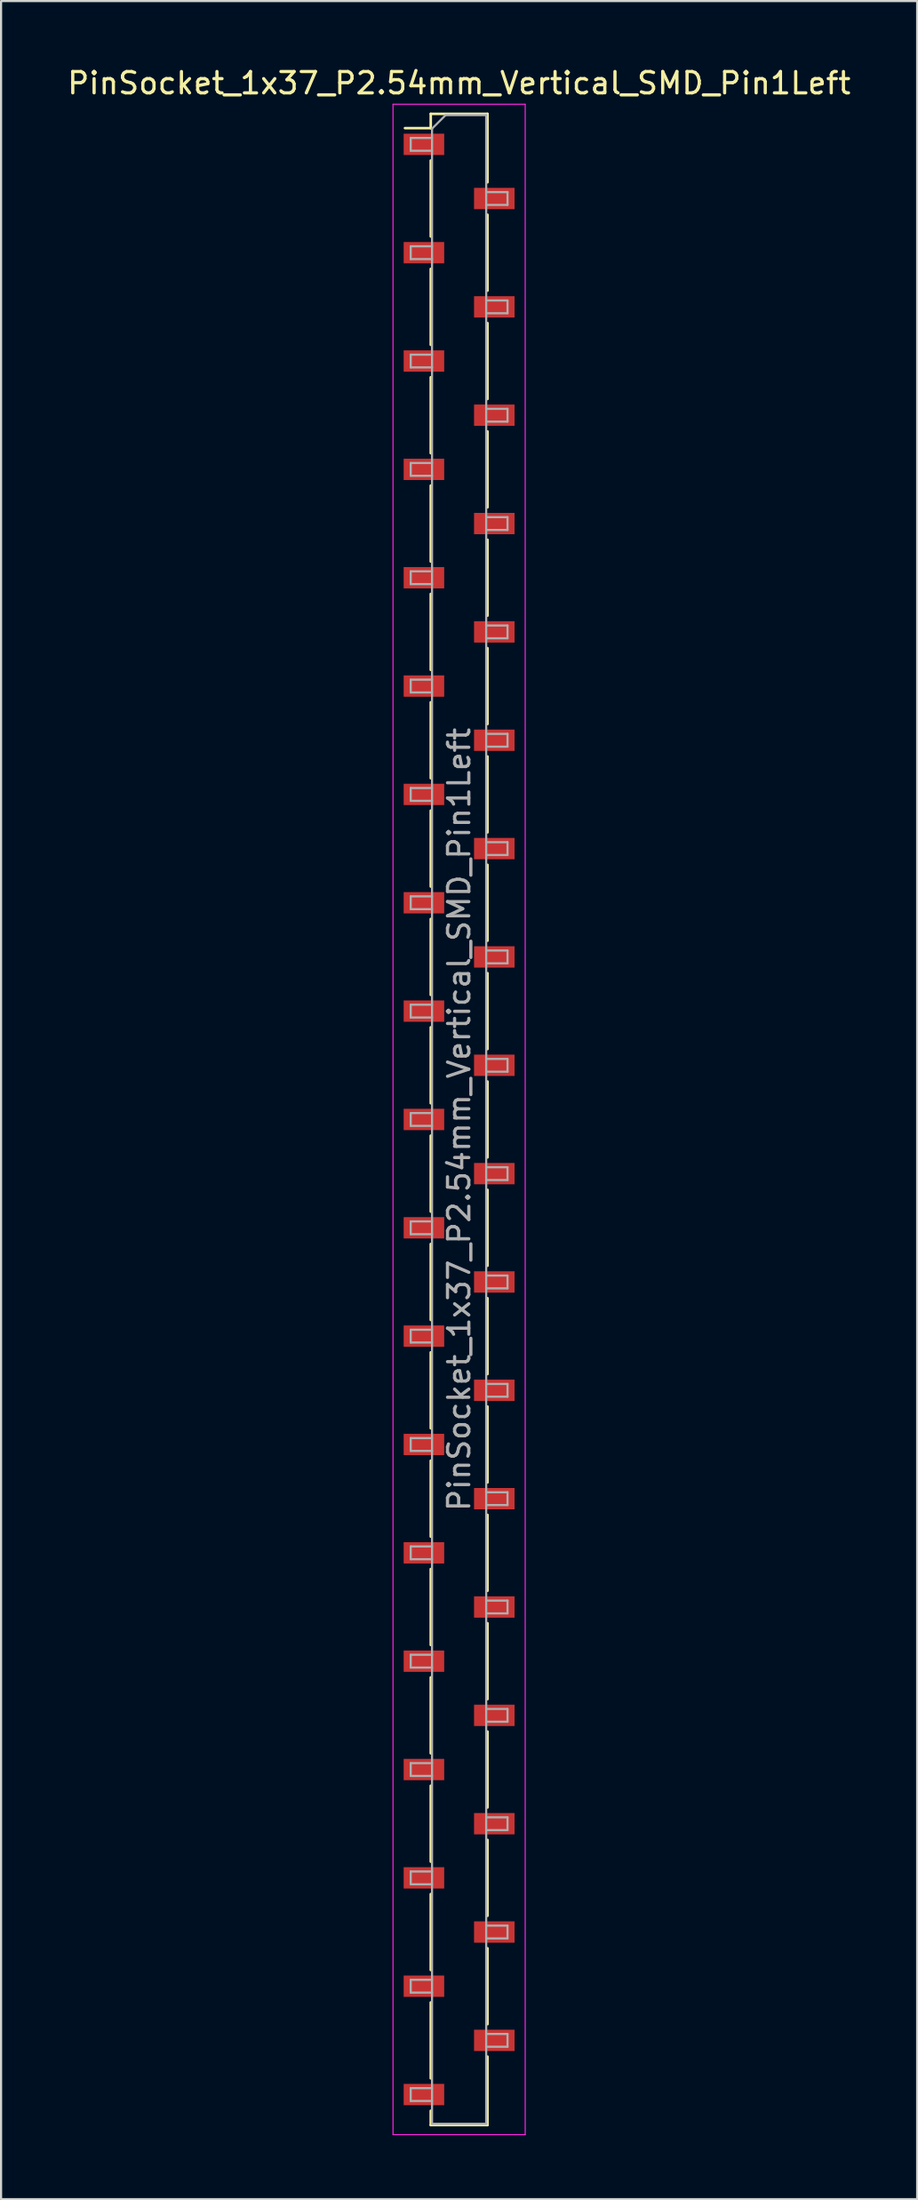
<source format=kicad_pcb>
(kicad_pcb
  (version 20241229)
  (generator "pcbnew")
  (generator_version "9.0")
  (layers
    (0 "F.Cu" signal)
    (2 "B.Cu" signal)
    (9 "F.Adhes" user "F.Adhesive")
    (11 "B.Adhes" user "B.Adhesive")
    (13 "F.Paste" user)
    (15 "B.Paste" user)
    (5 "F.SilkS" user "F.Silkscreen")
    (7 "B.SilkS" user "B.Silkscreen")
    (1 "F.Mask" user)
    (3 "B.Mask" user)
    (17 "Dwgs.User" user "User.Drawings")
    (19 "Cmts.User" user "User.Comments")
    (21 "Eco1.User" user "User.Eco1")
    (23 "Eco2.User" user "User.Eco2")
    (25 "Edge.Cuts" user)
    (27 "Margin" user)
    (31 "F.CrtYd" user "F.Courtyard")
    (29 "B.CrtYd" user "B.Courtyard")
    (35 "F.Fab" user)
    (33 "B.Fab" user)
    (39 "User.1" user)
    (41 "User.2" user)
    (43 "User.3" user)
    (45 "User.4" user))
  (footprint "PinSocket_1x37_P2.54mm_Vertical_SMD_Pin1Left"
    (layer "F.Cu")
    (at 18.482 49.438)
    (property "Reference" "PinSocket_1x37_P2.54mm_Vertical_SMD_Pin1Left" (at 0 -48.59 0) (layer "F.SilkS") (effects (font (size 1 1) (thickness 0.15))))
    (attr smd)
    (fp_line (start -2.54 -46.48) (end -1.33 -46.48) (stroke (width 0.12) (type solid)) (layer "F.SilkS"))
    (fp_line (start -1.33 -47.15) (end -1.33 -46.48) (stroke (width 0.12) (type solid)) (layer "F.SilkS"))
    (fp_line (start -1.33 -47.15) (end 1.33 -47.15) (stroke (width 0.12) (type solid)) (layer "F.SilkS"))
    (fp_line (start -1.33 -44.96) (end -1.33 -41.4) (stroke (width 0.12) (type solid)) (layer "F.SilkS"))
    (fp_line (start -1.33 -39.88) (end -1.33 -36.32) (stroke (width 0.12) (type solid)) (layer "F.SilkS"))
    (fp_line (start -1.33 -34.8) (end -1.33 -31.24) (stroke (width 0.12) (type solid)) (layer "F.SilkS"))
    (fp_line (start -1.33 -29.72) (end -1.33 -26.16) (stroke (width 0.12) (type solid)) (layer "F.SilkS"))
    (fp_line (start -1.33 -24.64) (end -1.33 -21.08) (stroke (width 0.12) (type solid)) (layer "F.SilkS"))
    (fp_line (start -1.33 -19.56) (end -1.33 -16) (stroke (width 0.12) (type solid)) (layer "F.SilkS"))
    (fp_line (start -1.33 -14.48) (end -1.33 -10.92) (stroke (width 0.12) (type solid)) (layer "F.SilkS"))
    (fp_line (start -1.33 -9.4) (end -1.33 -5.84) (stroke (width 0.12) (type solid)) (layer "F.SilkS"))
    (fp_line (start -1.33 -4.32) (end -1.33 -0.76) (stroke (width 0.12) (type solid)) (layer "F.SilkS"))
    (fp_line (start -1.33 0.76) (end -1.33 4.32) (stroke (width 0.12) (type solid)) (layer "F.SilkS"))
    (fp_line (start -1.33 5.84) (end -1.33 9.4) (stroke (width 0.12) (type solid)) (layer "F.SilkS"))
    (fp_line (start -1.33 10.92) (end -1.33 14.48) (stroke (width 0.12) (type solid)) (layer "F.SilkS"))
    (fp_line (start -1.33 16) (end -1.33 19.56) (stroke (width 0.12) (type solid)) (layer "F.SilkS"))
    (fp_line (start -1.33 21.08) (end -1.33 24.64) (stroke (width 0.12) (type solid)) (layer "F.SilkS"))
    (fp_line (start -1.33 26.16) (end -1.33 29.72) (stroke (width 0.12) (type solid)) (layer "F.SilkS"))
    (fp_line (start -1.33 31.24) (end -1.33 34.8) (stroke (width 0.12) (type solid)) (layer "F.SilkS"))
    (fp_line (start -1.33 36.32) (end -1.33 39.88) (stroke (width 0.12) (type solid)) (layer "F.SilkS"))
    (fp_line (start -1.33 41.4) (end -1.33 44.96) (stroke (width 0.12) (type solid)) (layer "F.SilkS"))
    (fp_line (start -1.33 46.48) (end -1.33 47.15) (stroke (width 0.12) (type solid)) (layer "F.SilkS"))
    (fp_line (start -1.33 47.15) (end 1.33 47.15) (stroke (width 0.12) (type solid)) (layer "F.SilkS"))
    (fp_line (start 1.33 -47.15) (end 1.33 -43.94) (stroke (width 0.12) (type solid)) (layer "F.SilkS"))
    (fp_line (start 1.33 -42.42) (end 1.33 -38.86) (stroke (width 0.12) (type solid)) (layer "F.SilkS"))
    (fp_line (start 1.33 -37.34) (end 1.33 -33.78) (stroke (width 0.12) (type solid)) (layer "F.SilkS"))
    (fp_line (start 1.33 -32.26) (end 1.33 -28.7) (stroke (width 0.12) (type solid)) (layer "F.SilkS"))
    (fp_line (start 1.33 -27.18) (end 1.33 -23.62) (stroke (width 0.12) (type solid)) (layer "F.SilkS"))
    (fp_line (start 1.33 -22.1) (end 1.33 -18.54) (stroke (width 0.12) (type solid)) (layer "F.SilkS"))
    (fp_line (start 1.33 -17.02) (end 1.33 -13.46) (stroke (width 0.12) (type solid)) (layer "F.SilkS"))
    (fp_line (start 1.33 -11.94) (end 1.33 -8.38) (stroke (width 0.12) (type solid)) (layer "F.SilkS"))
    (fp_line (start 1.33 -6.86) (end 1.33 -3.3) (stroke (width 0.12) (type solid)) (layer "F.SilkS"))
    (fp_line (start 1.33 -1.78) (end 1.33 1.78) (stroke (width 0.12) (type solid)) (layer "F.SilkS"))
    (fp_line (start 1.33 3.3) (end 1.33 6.86) (stroke (width 0.12) (type solid)) (layer "F.SilkS"))
    (fp_line (start 1.33 8.38) (end 1.33 11.94) (stroke (width 0.12) (type solid)) (layer "F.SilkS"))
    (fp_line (start 1.33 13.46) (end 1.33 17.02) (stroke (width 0.12) (type solid)) (layer "F.SilkS"))
    (fp_line (start 1.33 18.54) (end 1.33 22.1) (stroke (width 0.12) (type solid)) (layer "F.SilkS"))
    (fp_line (start 1.33 23.62) (end 1.33 27.18) (stroke (width 0.12) (type solid)) (layer "F.SilkS"))
    (fp_line (start 1.33 28.7) (end 1.33 32.26) (stroke (width 0.12) (type solid)) (layer "F.SilkS"))
    (fp_line (start 1.33 33.78) (end 1.33 37.34) (stroke (width 0.12) (type solid)) (layer "F.SilkS"))
    (fp_line (start 1.33 38.86) (end 1.33 42.42) (stroke (width 0.12) (type solid)) (layer "F.SilkS"))
    (fp_line (start 1.33 43.94) (end 1.33 47.15) (stroke (width 0.12) (type solid)) (layer "F.SilkS"))
    (fp_line (start -3.1 -47.6) (end 3.1 -47.6) (stroke (width 0.05) (type solid)) (layer "F.CrtYd"))
    (fp_line (start -3.1 47.6) (end -3.1 -47.6) (stroke (width 0.05) (type solid)) (layer "F.CrtYd"))
    (fp_line (start 3.1 -47.6) (end 3.1 47.6) (stroke (width 0.05) (type solid)) (layer "F.CrtYd"))
    (fp_line (start 3.1 47.6) (end -3.1 47.6) (stroke (width 0.05) (type solid)) (layer "F.CrtYd"))
    (fp_line (start -2.27 -46.02) (end -1.27 -46.02) (stroke (width 0.1) (type solid)) (layer "F.Fab"))
    (fp_line (start -2.27 -45.42) (end -2.27 -46.02) (stroke (width 0.1) (type solid)) (layer "F.Fab"))
    (fp_line (start -2.27 -40.94) (end -1.27 -40.94) (stroke (width 0.1) (type solid)) (layer "F.Fab"))
    (fp_line (start -2.27 -40.34) (end -2.27 -40.94) (stroke (width 0.1) (type solid)) (layer "F.Fab"))
    (fp_line (start -2.27 -35.86) (end -1.27 -35.86) (stroke (width 0.1) (type solid)) (layer "F.Fab"))
    (fp_line (start -2.27 -35.26) (end -2.27 -35.86) (stroke (width 0.1) (type solid)) (layer "F.Fab"))
    (fp_line (start -2.27 -30.78) (end -1.27 -30.78) (stroke (width 0.1) (type solid)) (layer "F.Fab"))
    (fp_line (start -2.27 -30.18) (end -2.27 -30.78) (stroke (width 0.1) (type solid)) (layer "F.Fab"))
    (fp_line (start -2.27 -25.7) (end -1.27 -25.7) (stroke (width 0.1) (type solid)) (layer "F.Fab"))
    (fp_line (start -2.27 -25.1) (end -2.27 -25.7) (stroke (width 0.1) (type solid)) (layer "F.Fab"))
    (fp_line (start -2.27 -20.62) (end -1.27 -20.62) (stroke (width 0.1) (type solid)) (layer "F.Fab"))
    (fp_line (start -2.27 -20.02) (end -2.27 -20.62) (stroke (width 0.1) (type solid)) (layer "F.Fab"))
    (fp_line (start -2.27 -15.54) (end -1.27 -15.54) (stroke (width 0.1) (type solid)) (layer "F.Fab"))
    (fp_line (start -2.27 -14.94) (end -2.27 -15.54) (stroke (width 0.1) (type solid)) (layer "F.Fab"))
    (fp_line (start -2.27 -10.46) (end -1.27 -10.46) (stroke (width 0.1) (type solid)) (layer "F.Fab"))
    (fp_line (start -2.27 -9.86) (end -2.27 -10.46) (stroke (width 0.1) (type solid)) (layer "F.Fab"))
    (fp_line (start -2.27 -5.38) (end -1.27 -5.38) (stroke (width 0.1) (type solid)) (layer "F.Fab"))
    (fp_line (start -2.27 -4.78) (end -2.27 -5.38) (stroke (width 0.1) (type solid)) (layer "F.Fab"))
    (fp_line (start -2.27 -0.3) (end -1.27 -0.3) (stroke (width 0.1) (type solid)) (layer "F.Fab"))
    (fp_line (start -2.27 0.3) (end -2.27 -0.3) (stroke (width 0.1) (type solid)) (layer "F.Fab"))
    (fp_line (start -2.27 4.78) (end -1.27 4.78) (stroke (width 0.1) (type solid)) (layer "F.Fab"))
    (fp_line (start -2.27 5.38) (end -2.27 4.78) (stroke (width 0.1) (type solid)) (layer "F.Fab"))
    (fp_line (start -2.27 9.86) (end -1.27 9.86) (stroke (width 0.1) (type solid)) (layer "F.Fab"))
    (fp_line (start -2.27 10.46) (end -2.27 9.86) (stroke (width 0.1) (type solid)) (layer "F.Fab"))
    (fp_line (start -2.27 14.94) (end -1.27 14.94) (stroke (width 0.1) (type solid)) (layer "F.Fab"))
    (fp_line (start -2.27 15.54) (end -2.27 14.94) (stroke (width 0.1) (type solid)) (layer "F.Fab"))
    (fp_line (start -2.27 20.02) (end -1.27 20.02) (stroke (width 0.1) (type solid)) (layer "F.Fab"))
    (fp_line (start -2.27 20.62) (end -2.27 20.02) (stroke (width 0.1) (type solid)) (layer "F.Fab"))
    (fp_line (start -2.27 25.1) (end -1.27 25.1) (stroke (width 0.1) (type solid)) (layer "F.Fab"))
    (fp_line (start -2.27 25.7) (end -2.27 25.1) (stroke (width 0.1) (type solid)) (layer "F.Fab"))
    (fp_line (start -2.27 30.18) (end -1.27 30.18) (stroke (width 0.1) (type solid)) (layer "F.Fab"))
    (fp_line (start -2.27 30.78) (end -2.27 30.18) (stroke (width 0.1) (type solid)) (layer "F.Fab"))
    (fp_line (start -2.27 35.26) (end -1.27 35.26) (stroke (width 0.1) (type solid)) (layer "F.Fab"))
    (fp_line (start -2.27 35.86) (end -2.27 35.26) (stroke (width 0.1) (type solid)) (layer "F.Fab"))
    (fp_line (start -2.27 40.34) (end -1.27 40.34) (stroke (width 0.1) (type solid)) (layer "F.Fab"))
    (fp_line (start -2.27 40.94) (end -2.27 40.34) (stroke (width 0.1) (type solid)) (layer "F.Fab"))
    (fp_line (start -2.27 45.42) (end -1.27 45.42) (stroke (width 0.1) (type solid)) (layer "F.Fab"))
    (fp_line (start -2.27 46.02) (end -2.27 45.42) (stroke (width 0.1) (type solid)) (layer "F.Fab"))
    (fp_line (start -1.27 -46.455) (end -0.635 -47.09) (stroke (width 0.1) (type solid)) (layer "F.Fab"))
    (fp_line (start -1.27 -45.42) (end -2.27 -45.42) (stroke (width 0.1) (type solid)) (layer "F.Fab"))
    (fp_line (start -1.27 -40.34) (end -2.27 -40.34) (stroke (width 0.1) (type solid)) (layer "F.Fab"))
    (fp_line (start -1.27 -35.26) (end -2.27 -35.26) (stroke (width 0.1) (type solid)) (layer "F.Fab"))
    (fp_line (start -1.27 -30.18) (end -2.27 -30.18) (stroke (width 0.1) (type solid)) (layer "F.Fab"))
    (fp_line (start -1.27 -25.1) (end -2.27 -25.1) (stroke (width 0.1) (type solid)) (layer "F.Fab"))
    (fp_line (start -1.27 -20.02) (end -2.27 -20.02) (stroke (width 0.1) (type solid)) (layer "F.Fab"))
    (fp_line (start -1.27 -14.94) (end -2.27 -14.94) (stroke (width 0.1) (type solid)) (layer "F.Fab"))
    (fp_line (start -1.27 -9.86) (end -2.27 -9.86) (stroke (width 0.1) (type solid)) (layer "F.Fab"))
    (fp_line (start -1.27 -4.78) (end -2.27 -4.78) (stroke (width 0.1) (type solid)) (layer "F.Fab"))
    (fp_line (start -1.27 0.3) (end -2.27 0.3) (stroke (width 0.1) (type solid)) (layer "F.Fab"))
    (fp_line (start -1.27 5.38) (end -2.27 5.38) (stroke (width 0.1) (type solid)) (layer "F.Fab"))
    (fp_line (start -1.27 10.46) (end -2.27 10.46) (stroke (width 0.1) (type solid)) (layer "F.Fab"))
    (fp_line (start -1.27 15.54) (end -2.27 15.54) (stroke (width 0.1) (type solid)) (layer "F.Fab"))
    (fp_line (start -1.27 20.62) (end -2.27 20.62) (stroke (width 0.1) (type solid)) (layer "F.Fab"))
    (fp_line (start -1.27 25.7) (end -2.27 25.7) (stroke (width 0.1) (type solid)) (layer "F.Fab"))
    (fp_line (start -1.27 30.78) (end -2.27 30.78) (stroke (width 0.1) (type solid)) (layer "F.Fab"))
    (fp_line (start -1.27 35.86) (end -2.27 35.86) (stroke (width 0.1) (type solid)) (layer "F.Fab"))
    (fp_line (start -1.27 40.94) (end -2.27 40.94) (stroke (width 0.1) (type solid)) (layer "F.Fab"))
    (fp_line (start -1.27 46.02) (end -2.27 46.02) (stroke (width 0.1) (type solid)) (layer "F.Fab"))
    (fp_line (start -1.27 47.09) (end -1.27 -46.455) (stroke (width 0.1) (type solid)) (layer "F.Fab"))
    (fp_line (start -0.635 -47.09) (end 1.27 -47.09) (stroke (width 0.1) (type solid)) (layer "F.Fab"))
    (fp_line (start 1.27 -47.09) (end 1.27 47.09) (stroke (width 0.1) (type solid)) (layer "F.Fab"))
    (fp_line (start 1.27 -43.48) (end 2.27 -43.48) (stroke (width 0.1) (type solid)) (layer "F.Fab"))
    (fp_line (start 1.27 -38.4) (end 2.27 -38.4) (stroke (width 0.1) (type solid)) (layer "F.Fab"))
    (fp_line (start 1.27 -33.32) (end 2.27 -33.32) (stroke (width 0.1) (type solid)) (layer "F.Fab"))
    (fp_line (start 1.27 -28.24) (end 2.27 -28.24) (stroke (width 0.1) (type solid)) (layer "F.Fab"))
    (fp_line (start 1.27 -23.16) (end 2.27 -23.16) (stroke (width 0.1) (type solid)) (layer "F.Fab"))
    (fp_line (start 1.27 -18.08) (end 2.27 -18.08) (stroke (width 0.1) (type solid)) (layer "F.Fab"))
    (fp_line (start 1.27 -13) (end 2.27 -13) (stroke (width 0.1) (type solid)) (layer "F.Fab"))
    (fp_line (start 1.27 -7.92) (end 2.27 -7.92) (stroke (width 0.1) (type solid)) (layer "F.Fab"))
    (fp_line (start 1.27 -2.84) (end 2.27 -2.84) (stroke (width 0.1) (type solid)) (layer "F.Fab"))
    (fp_line (start 1.27 2.24) (end 2.27 2.24) (stroke (width 0.1) (type solid)) (layer "F.Fab"))
    (fp_line (start 1.27 7.32) (end 2.27 7.32) (stroke (width 0.1) (type solid)) (layer "F.Fab"))
    (fp_line (start 1.27 12.4) (end 2.27 12.4) (stroke (width 0.1) (type solid)) (layer "F.Fab"))
    (fp_line (start 1.27 17.48) (end 2.27 17.48) (stroke (width 0.1) (type solid)) (layer "F.Fab"))
    (fp_line (start 1.27 22.56) (end 2.27 22.56) (stroke (width 0.1) (type solid)) (layer "F.Fab"))
    (fp_line (start 1.27 27.64) (end 2.27 27.64) (stroke (width 0.1) (type solid)) (layer "F.Fab"))
    (fp_line (start 1.27 32.72) (end 2.27 32.72) (stroke (width 0.1) (type solid)) (layer "F.Fab"))
    (fp_line (start 1.27 37.8) (end 2.27 37.8) (stroke (width 0.1) (type solid)) (layer "F.Fab"))
    (fp_line (start 1.27 42.88) (end 2.27 42.88) (stroke (width 0.1) (type solid)) (layer "F.Fab"))
    (fp_line (start 1.27 47.09) (end -1.27 47.09) (stroke (width 0.1) (type solid)) (layer "F.Fab"))
    (fp_line (start 2.27 -43.48) (end 2.27 -42.88) (stroke (width 0.1) (type solid)) (layer "F.Fab"))
    (fp_line (start 2.27 -42.88) (end 1.27 -42.88) (stroke (width 0.1) (type solid)) (layer "F.Fab"))
    (fp_line (start 2.27 -38.4) (end 2.27 -37.8) (stroke (width 0.1) (type solid)) (layer "F.Fab"))
    (fp_line (start 2.27 -37.8) (end 1.27 -37.8) (stroke (width 0.1) (type solid)) (layer "F.Fab"))
    (fp_line (start 2.27 -33.32) (end 2.27 -32.72) (stroke (width 0.1) (type solid)) (layer "F.Fab"))
    (fp_line (start 2.27 -32.72) (end 1.27 -32.72) (stroke (width 0.1) (type solid)) (layer "F.Fab"))
    (fp_line (start 2.27 -28.24) (end 2.27 -27.64) (stroke (width 0.1) (type solid)) (layer "F.Fab"))
    (fp_line (start 2.27 -27.64) (end 1.27 -27.64) (stroke (width 0.1) (type solid)) (layer "F.Fab"))
    (fp_line (start 2.27 -23.16) (end 2.27 -22.56) (stroke (width 0.1) (type solid)) (layer "F.Fab"))
    (fp_line (start 2.27 -22.56) (end 1.27 -22.56) (stroke (width 0.1) (type solid)) (layer "F.Fab"))
    (fp_line (start 2.27 -18.08) (end 2.27 -17.48) (stroke (width 0.1) (type solid)) (layer "F.Fab"))
    (fp_line (start 2.27 -17.48) (end 1.27 -17.48) (stroke (width 0.1) (type solid)) (layer "F.Fab"))
    (fp_line (start 2.27 -13) (end 2.27 -12.4) (stroke (width 0.1) (type solid)) (layer "F.Fab"))
    (fp_line (start 2.27 -12.4) (end 1.27 -12.4) (stroke (width 0.1) (type solid)) (layer "F.Fab"))
    (fp_line (start 2.27 -7.92) (end 2.27 -7.32) (stroke (width 0.1) (type solid)) (layer "F.Fab"))
    (fp_line (start 2.27 -7.32) (end 1.27 -7.32) (stroke (width 0.1) (type solid)) (layer "F.Fab"))
    (fp_line (start 2.27 -2.84) (end 2.27 -2.24) (stroke (width 0.1) (type solid)) (layer "F.Fab"))
    (fp_line (start 2.27 -2.24) (end 1.27 -2.24) (stroke (width 0.1) (type solid)) (layer "F.Fab"))
    (fp_line (start 2.27 2.24) (end 2.27 2.84) (stroke (width 0.1) (type solid)) (layer "F.Fab"))
    (fp_line (start 2.27 2.84) (end 1.27 2.84) (stroke (width 0.1) (type solid)) (layer "F.Fab"))
    (fp_line (start 2.27 7.32) (end 2.27 7.92) (stroke (width 0.1) (type solid)) (layer "F.Fab"))
    (fp_line (start 2.27 7.92) (end 1.27 7.92) (stroke (width 0.1) (type solid)) (layer "F.Fab"))
    (fp_line (start 2.27 12.4) (end 2.27 13) (stroke (width 0.1) (type solid)) (layer "F.Fab"))
    (fp_line (start 2.27 13) (end 1.27 13) (stroke (width 0.1) (type solid)) (layer "F.Fab"))
    (fp_line (start 2.27 17.48) (end 2.27 18.08) (stroke (width 0.1) (type solid)) (layer "F.Fab"))
    (fp_line (start 2.27 18.08) (end 1.27 18.08) (stroke (width 0.1) (type solid)) (layer "F.Fab"))
    (fp_line (start 2.27 22.56) (end 2.27 23.16) (stroke (width 0.1) (type solid)) (layer "F.Fab"))
    (fp_line (start 2.27 23.16) (end 1.27 23.16) (stroke (width 0.1) (type solid)) (layer "F.Fab"))
    (fp_line (start 2.27 27.64) (end 2.27 28.24) (stroke (width 0.1) (type solid)) (layer "F.Fab"))
    (fp_line (start 2.27 28.24) (end 1.27 28.24) (stroke (width 0.1) (type solid)) (layer "F.Fab"))
    (fp_line (start 2.27 32.72) (end 2.27 33.32) (stroke (width 0.1) (type solid)) (layer "F.Fab"))
    (fp_line (start 2.27 33.32) (end 1.27 33.32) (stroke (width 0.1) (type solid)) (layer "F.Fab"))
    (fp_line (start 2.27 37.8) (end 2.27 38.4) (stroke (width 0.1) (type solid)) (layer "F.Fab"))
    (fp_line (start 2.27 38.4) (end 1.27 38.4) (stroke (width 0.1) (type solid)) (layer "F.Fab"))
    (fp_line (start 2.27 42.88) (end 2.27 43.48) (stroke (width 0.1) (type solid)) (layer "F.Fab"))
    (fp_line (start 2.27 43.48) (end 1.27 43.48) (stroke (width 0.1) (type solid)) (layer "F.Fab"))
    (fp_text user "${REFERENCE}" (at 0 0 90) (layer "F.Fab") (effects (font (size 1 1) (thickness 0.15))))
    (pad "1" smd rect (at -1.65 -45.72) (size 1.9 1) (layers "F.Cu" "F.Mask" "F.Paste"))
    (pad "2" smd rect (at 1.65 -43.18) (size 1.9 1) (layers "F.Cu" "F.Mask" "F.Paste"))
    (pad "3" smd rect (at -1.65 -40.64) (size 1.9 1) (layers "F.Cu" "F.Mask" "F.Paste"))
    (pad "4" smd rect (at 1.65 -38.1) (size 1.9 1) (layers "F.Cu" "F.Mask" "F.Paste"))
    (pad "5" smd rect (at -1.65 -35.56) (size 1.9 1) (layers "F.Cu" "F.Mask" "F.Paste"))
    (pad "6" smd rect (at 1.65 -33.02) (size 1.9 1) (layers "F.Cu" "F.Mask" "F.Paste"))
    (pad "7" smd rect (at -1.65 -30.48) (size 1.9 1) (layers "F.Cu" "F.Mask" "F.Paste"))
    (pad "8" smd rect (at 1.65 -27.94) (size 1.9 1) (layers "F.Cu" "F.Mask" "F.Paste"))
    (pad "9" smd rect (at -1.65 -25.4) (size 1.9 1) (layers "F.Cu" "F.Mask" "F.Paste"))
    (pad "10" smd rect (at 1.65 -22.86) (size 1.9 1) (layers "F.Cu" "F.Mask" "F.Paste"))
    (pad "11" smd rect (at -1.65 -20.32) (size 1.9 1) (layers "F.Cu" "F.Mask" "F.Paste"))
    (pad "12" smd rect (at 1.65 -17.78) (size 1.9 1) (layers "F.Cu" "F.Mask" "F.Paste"))
    (pad "13" smd rect (at -1.65 -15.24) (size 1.9 1) (layers "F.Cu" "F.Mask" "F.Paste"))
    (pad "14" smd rect (at 1.65 -12.7) (size 1.9 1) (layers "F.Cu" "F.Mask" "F.Paste"))
    (pad "15" smd rect (at -1.65 -10.16) (size 1.9 1) (layers "F.Cu" "F.Mask" "F.Paste"))
    (pad "16" smd rect (at 1.65 -7.62) (size 1.9 1) (layers "F.Cu" "F.Mask" "F.Paste"))
    (pad "17" smd rect (at -1.65 -5.08) (size 1.9 1) (layers "F.Cu" "F.Mask" "F.Paste"))
    (pad "18" smd rect (at 1.65 -2.54) (size 1.9 1) (layers "F.Cu" "F.Mask" "F.Paste"))
    (pad "19" smd rect (at -1.65 0) (size 1.9 1) (layers "F.Cu" "F.Mask" "F.Paste"))
    (pad "20" smd rect (at 1.65 2.54) (size 1.9 1) (layers "F.Cu" "F.Mask" "F.Paste"))
    (pad "21" smd rect (at -1.65 5.08) (size 1.9 1) (layers "F.Cu" "F.Mask" "F.Paste"))
    (pad "22" smd rect (at 1.65 7.62) (size 1.9 1) (layers "F.Cu" "F.Mask" "F.Paste"))
    (pad "23" smd rect (at -1.65 10.16) (size 1.9 1) (layers "F.Cu" "F.Mask" "F.Paste"))
    (pad "24" smd rect (at 1.65 12.7) (size 1.9 1) (layers "F.Cu" "F.Mask" "F.Paste"))
    (pad "25" smd rect (at -1.65 15.24) (size 1.9 1) (layers "F.Cu" "F.Mask" "F.Paste"))
    (pad "26" smd rect (at 1.65 17.78) (size 1.9 1) (layers "F.Cu" "F.Mask" "F.Paste"))
    (pad "27" smd rect (at -1.65 20.32) (size 1.9 1) (layers "F.Cu" "F.Mask" "F.Paste"))
    (pad "28" smd rect (at 1.65 22.86) (size 1.9 1) (layers "F.Cu" "F.Mask" "F.Paste"))
    (pad "29" smd rect (at -1.65 25.4) (size 1.9 1) (layers "F.Cu" "F.Mask" "F.Paste"))
    (pad "30" smd rect (at 1.65 27.94) (size 1.9 1) (layers "F.Cu" "F.Mask" "F.Paste"))
    (pad "31" smd rect (at -1.65 30.48) (size 1.9 1) (layers "F.Cu" "F.Mask" "F.Paste"))
    (pad "32" smd rect (at 1.65 33.02) (size 1.9 1) (layers "F.Cu" "F.Mask" "F.Paste"))
    (pad "33" smd rect (at -1.65 35.56) (size 1.9 1) (layers "F.Cu" "F.Mask" "F.Paste"))
    (pad "34" smd rect (at 1.65 38.1) (size 1.9 1) (layers "F.Cu" "F.Mask" "F.Paste"))
    (pad "35" smd rect (at -1.65 40.64) (size 1.9 1) (layers "F.Cu" "F.Mask" "F.Paste"))
    (pad "36" smd rect (at 1.65 43.18) (size 1.9 1) (layers "F.Cu" "F.Mask" "F.Paste"))
    (pad "37" smd rect (at -1.65 45.72) (size 1.9 1) (layers "F.Cu" "F.Mask" "F.Paste")))
  (gr_rect
    (start -3 -3)
    (end 39.964 100.063)
    (stroke (width 0.1) (type default))
    (fill no)
    (layer "Edge.Cuts")))
</source>
